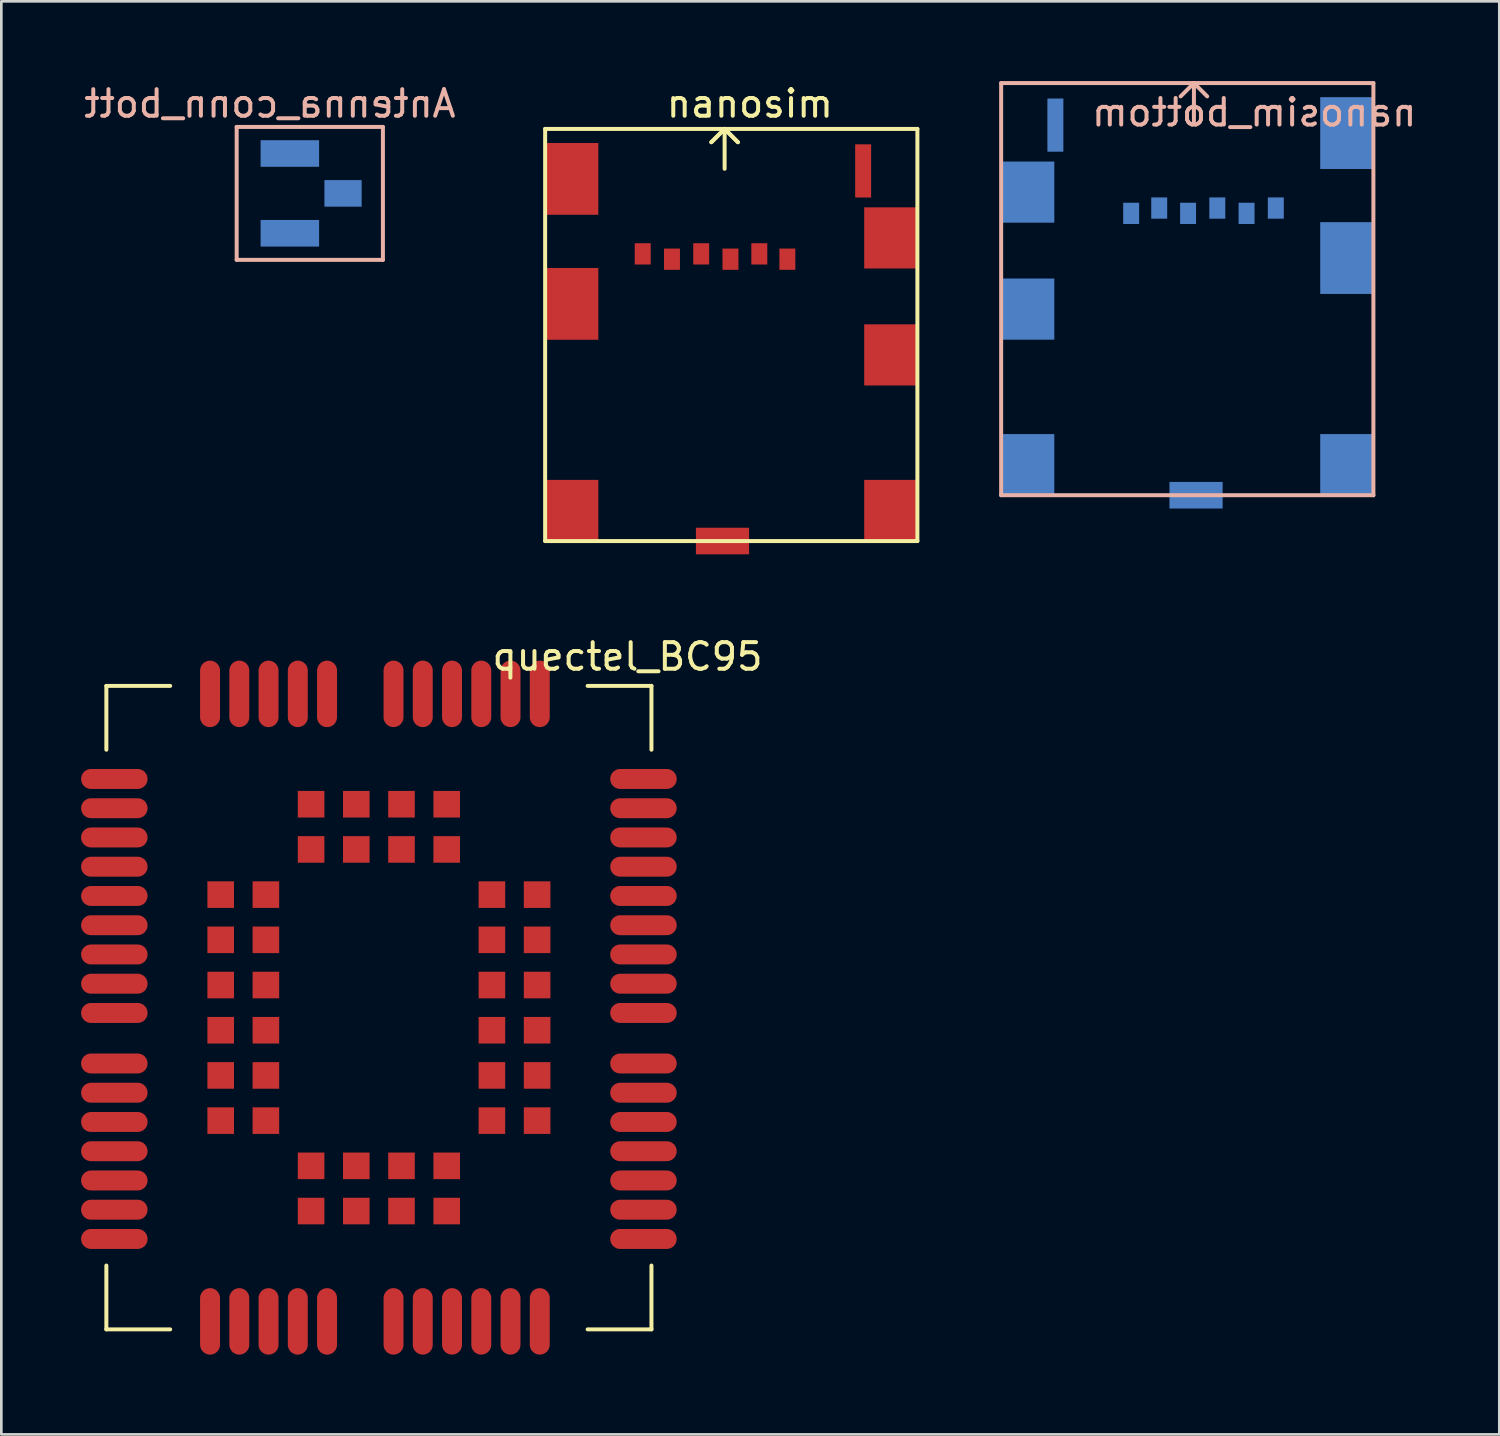
<source format=kicad_pcb>
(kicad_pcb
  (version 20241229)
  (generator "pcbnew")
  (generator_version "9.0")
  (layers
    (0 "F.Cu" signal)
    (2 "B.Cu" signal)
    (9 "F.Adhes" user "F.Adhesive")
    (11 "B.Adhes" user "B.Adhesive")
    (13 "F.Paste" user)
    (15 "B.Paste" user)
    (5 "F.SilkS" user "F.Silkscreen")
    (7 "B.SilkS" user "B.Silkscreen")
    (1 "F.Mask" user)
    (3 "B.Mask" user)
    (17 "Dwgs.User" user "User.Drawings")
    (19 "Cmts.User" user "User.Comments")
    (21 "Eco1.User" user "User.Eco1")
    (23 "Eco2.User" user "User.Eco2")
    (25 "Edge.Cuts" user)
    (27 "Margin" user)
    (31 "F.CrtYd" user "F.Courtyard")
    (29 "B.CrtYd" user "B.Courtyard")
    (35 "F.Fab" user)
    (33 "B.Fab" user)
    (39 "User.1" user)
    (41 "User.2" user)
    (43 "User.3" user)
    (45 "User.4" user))
  (footprint "Antenna_conn_bott"
    (layer "F.Cu")
    (at 7.851 4.223)
    (property "Reference" "Antenna_conn_bott" (at -0.75 -3.375 0) (layer "B.SilkS") (effects (font (size 1 1) (thickness 0.15)) (justify mirror)))
    (attr through_hole)
    (fp_line (start -2 -2.5) (end 3.5 -2.5) (stroke (width 0.15) (type solid)) (layer "B.SilkS"))
    (fp_line (start -2 2.5) (end -2 -2.5) (stroke (width 0.15) (type solid)) (layer "B.SilkS"))
    (fp_line (start 3.5 -2.5) (end 3.5 2.5) (stroke (width 0.15) (type solid)) (layer "B.SilkS"))
    (fp_line (start 3.5 2.5) (end -2 2.5) (stroke (width 0.15) (type solid)) (layer "B.SilkS"))
    (pad "1" smd rect (at 0 1.5) (size 2.2 1) (layers "B.Cu" "B.Mask" "B.Paste"))
    (pad "2" smd rect (at 2 0) (size 1.4 1) (layers "B.Cu" "B.Mask" "B.Paste"))
    (pad "3" smd rect (at 0 -1.5) (size 2.2 1) (layers "B.Cu" "B.Mask" "B.Paste")))
  (footprint "nanosim"
    (layer "F.Cu")
    (at 17.452 17.298)
    (property "Reference" "nanosim" (at 7.7 -16.45 0) (layer "F.SilkS") (effects (font (size 1 1) (thickness 0.15))))
    (attr through_hole)
    (fp_line (start 0 -15.5) (end 0 0) (stroke (width 0.15) (type solid)) (layer "F.SilkS"))
    (fp_line (start 0 0) (end 14 0) (stroke (width 0.15) (type solid)) (layer "F.SilkS"))
    (fp_line (start 6.25 -15) (end 6.75 -15.5) (stroke (width 0.15) (type solid)) (layer "F.SilkS"))
    (fp_line (start 6.75 -15.5) (end 6.25 -15) (stroke (width 0.15) (type solid)) (layer "F.SilkS"))
    (fp_line (start 6.75 -15.5) (end 6.75 -14) (stroke (width 0.15) (type solid)) (layer "F.SilkS"))
    (fp_line (start 6.75 -15.5) (end 7.25 -15) (stroke (width 0.15) (type solid)) (layer "F.SilkS"))
    (fp_line (start 7.25 -15) (end 6.75 -15.5) (stroke (width 0.15) (type solid)) (layer "F.SilkS"))
    (fp_line (start 14 -15.5) (end 0 -15.5) (stroke (width 0.15) (type solid)) (layer "F.SilkS"))
    (fp_line (start 14 0) (end 14 -15.5) (stroke (width 0.15) (type solid)) (layer "F.SilkS"))
    (pad "" smd rect (at 1 -13.62) (size 2 2.7) (layers "F.Cu" "F.Mask" "F.Paste"))
    (pad "" smd rect (at 1 -8.92) (size 2 2.7) (layers "F.Cu" "F.Mask" "F.Paste"))
    (pad "" smd rect (at 1 -1.15) (size 2 2.3) (layers "F.Cu" "F.Mask" "F.Paste"))
    (pad "" smd rect (at 6.67 0) (size 2 1) (layers "F.Cu" "F.Mask" "F.Paste"))
    (pad "" smd rect (at 11.96 -13.92) (size 0.6 2) (layers "F.Cu" "F.Mask" "F.Paste"))
    (pad "" smd rect (at 13 -11.4) (size 2 2.3) (layers "F.Cu" "F.Mask" "F.Paste"))
    (pad "" smd rect (at 13 -7) (size 2 2.3) (layers "F.Cu" "F.Mask" "F.Paste"))
    (pad "" smd rect (at 13 -1.15) (size 2 2.3) (layers "F.Cu" "F.Mask" "F.Paste"))
    (pad "1" smd rect (at 9.11 -10.6) (size 0.6 0.8) (layers "F.Cu" "F.Mask" "F.Paste"))
    (pad "2" smd rect (at 6.97 -10.6) (size 0.6 0.8) (layers "F.Cu" "F.Mask" "F.Paste"))
    (pad "3" smd rect (at 4.77 -10.6) (size 0.6 0.8) (layers "F.Cu" "F.Mask" "F.Paste"))
    (pad "5" smd rect (at 8.055 -10.8) (size 0.6 0.8) (layers "F.Cu" "F.Mask" "F.Paste"))
    (pad "6" smd rect (at 5.87 -10.8) (size 0.6 0.8) (layers "F.Cu" "F.Mask" "F.Paste"))
    (pad "7" smd rect (at 3.67 -10.8) (size 0.6 0.8) (layers "F.Cu" "F.Mask" "F.Paste")))
  (footprint "quectel_BC95"
    (layer "F.Cu")
    (at 11.4 35.246)
    (property "Reference" "quectel_BC95" (at 9.15 -13.6 0) (layer "F.SilkS") (effects (font (size 1 1) (thickness 0.15))))
    (attr through_hole)
    (fp_line (start -10.45 -12.5) (end -8.05 -12.5) (stroke (width 0.15) (type solid)) (layer "F.SilkS"))
    (fp_line (start -10.45 -10.1) (end -10.45 -12.5) (stroke (width 0.15) (type solid)) (layer "F.SilkS"))
    (fp_line (start -10.45 9.3) (end -10.45 11.7) (stroke (width 0.15) (type solid)) (layer "F.SilkS"))
    (fp_line (start -10.45 11.7) (end -8.05 11.7) (stroke (width 0.15) (type solid)) (layer "F.SilkS"))
    (fp_line (start 7.65 -12.5) (end 10.05 -12.5) (stroke (width 0.15) (type solid)) (layer "F.SilkS"))
    (fp_line (start 7.65 11.7) (end 10.05 11.7) (stroke (width 0.15) (type solid)) (layer "F.SilkS"))
    (fp_line (start 10.05 -12.5) (end 10.05 -10.1) (stroke (width 0.15) (type solid)) (layer "F.SilkS"))
    (fp_line (start 10.05 11.7) (end 10.05 9.3) (stroke (width 0.15) (type solid)) (layer "F.SilkS"))
    (pad "1" smd oval (at -10.15 -9) (size 2.5 0.75) (layers "F.Cu" "F.Mask" "F.Paste"))
    (pad "2" smd oval (at -10.15 -7.9) (size 2.5 0.75) (layers "F.Cu" "F.Mask" "F.Paste"))
    (pad "3" smd oval (at -10.15 -6.8) (size 2.5 0.75) (layers "F.Cu" "F.Mask" "F.Paste"))
    (pad "4" smd oval (at -10.15 -5.7) (size 2.5 0.75) (layers "F.Cu" "F.Mask" "F.Paste"))
    (pad "5" smd oval (at -10.15 -4.6) (size 2.5 0.75) (layers "F.Cu" "F.Mask" "F.Paste"))
    (pad "6" smd oval (at -10.15 -3.5) (size 2.5 0.75) (layers "F.Cu" "F.Mask" "F.Paste"))
    (pad "7" smd oval (at -10.15 -2.4) (size 2.5 0.75) (layers "F.Cu" "F.Mask" "F.Paste"))
    (pad "8" smd oval (at -10.15 -1.3) (size 2.5 0.75) (layers "F.Cu" "F.Mask" "F.Paste"))
    (pad "9" smd oval (at -10.15 -0.2) (size 2.5 0.75) (layers "F.Cu" "F.Mask" "F.Paste"))
    (pad "10" smd oval (at -10.15 1.7) (size 2.5 0.75) (layers "F.Cu" "F.Mask" "F.Paste"))
    (pad "11" smd oval (at -10.15 2.8) (size 2.5 0.75) (layers "F.Cu" "F.Mask" "F.Paste"))
    (pad "12" smd oval (at -10.15 3.9) (size 2.5 0.75) (layers "F.Cu" "F.Mask" "F.Paste"))
    (pad "13" smd oval (at -10.15 5) (size 2.5 0.75) (layers "F.Cu" "F.Mask" "F.Paste"))
    (pad "14" smd oval (at -10.15 6.1) (size 2.5 0.75) (layers "F.Cu" "F.Mask" "F.Paste"))
    (pad "15" smd oval (at -10.15 7.2) (size 2.5 0.75) (layers "F.Cu" "F.Mask" "F.Paste"))
    (pad "16" smd oval (at -10.15 8.3) (size 2.5 0.75) (layers "F.Cu" "F.Mask" "F.Paste"))
    (pad "17" smd oval (at -6.55 11.4) (size 0.75 2.5) (layers "F.Cu" "F.Mask" "F.Paste"))
    (pad "18" smd oval (at -5.45 11.4) (size 0.75 2.5) (layers "F.Cu" "F.Mask" "F.Paste"))
    (pad "19" smd oval (at -4.35 11.4) (size 0.75 2.5) (layers "F.Cu" "F.Mask" "F.Paste"))
    (pad "20" smd oval (at -3.25 11.4) (size 0.75 2.5) (layers "F.Cu" "F.Mask" "F.Paste"))
    (pad "21" smd oval (at -2.15 11.4) (size 0.75 2.5) (layers "F.Cu" "F.Mask" "F.Paste"))
    (pad "22" smd oval (at 0.35 11.4) (size 0.75 2.5) (layers "F.Cu" "F.Mask" "F.Paste"))
    (pad "23" smd oval (at 1.45 11.4) (size 0.75 2.5) (layers "F.Cu" "F.Mask" "F.Paste"))
    (pad "24" smd oval (at 2.55 11.4) (size 0.75 2.5) (layers "F.Cu" "F.Mask" "F.Paste"))
    (pad "25" smd oval (at 3.65 11.4) (size 0.75 2.5) (layers "F.Cu" "F.Mask" "F.Paste"))
    (pad "26" smd oval (at 4.75 11.4) (size 0.75 2.5) (layers "F.Cu" "F.Mask" "F.Paste"))
    (pad "27" smd oval (at 5.85 11.4) (size 0.75 2.5) (layers "F.Cu" "F.Mask" "F.Paste"))
    (pad "28" smd oval (at 9.75 8.3) (size 2.5 0.75) (layers "F.Cu" "F.Mask" "F.Paste"))
    (pad "29" smd oval (at 9.75 7.2) (size 2.5 0.75) (layers "F.Cu" "F.Mask" "F.Paste"))
    (pad "30" smd oval (at 9.75 6.1) (size 2.5 0.75) (layers "F.Cu" "F.Mask" "F.Paste"))
    (pad "31" smd oval (at 9.75 5) (size 2.5 0.75) (layers "F.Cu" "F.Mask" "F.Paste"))
    (pad "32" smd oval (at 9.75 3.9) (size 2.5 0.75) (layers "F.Cu" "F.Mask" "F.Paste"))
    (pad "33" smd oval (at 9.75 2.8) (size 2.5 0.75) (layers "F.Cu" "F.Mask" "F.Paste"))
    (pad "34" smd oval (at 9.75 1.7) (size 2.5 0.75) (layers "F.Cu" "F.Mask" "F.Paste"))
    (pad "35" smd oval (at 9.75 -0.2) (size 2.5 0.75) (layers "F.Cu" "F.Mask" "F.Paste"))
    (pad "36" smd oval (at 9.75 -1.3) (size 2.5 0.75) (layers "F.Cu" "F.Mask" "F.Paste"))
    (pad "37" smd oval (at 9.75 -2.4) (size 2.5 0.75) (layers "F.Cu" "F.Mask" "F.Paste"))
    (pad "38" smd oval (at 9.75 -3.5) (size 2.5 0.75) (layers "F.Cu" "F.Mask" "F.Paste"))
    (pad "39" smd oval (at 9.75 -4.6) (size 2.5 0.75) (layers "F.Cu" "F.Mask" "F.Paste"))
    (pad "40" smd oval (at 9.75 -5.7) (size 2.5 0.75) (layers "F.Cu" "F.Mask" "F.Paste"))
    (pad "41" smd oval (at 9.75 -6.8) (size 2.5 0.75) (layers "F.Cu" "F.Mask" "F.Paste"))
    (pad "42" smd oval (at 9.75 -7.9) (size 2.5 0.75) (layers "F.Cu" "F.Mask" "F.Paste"))
    (pad "43" smd oval (at 9.75 -9) (size 2.5 0.75) (layers "F.Cu" "F.Mask" "F.Paste"))
    (pad "44" smd oval (at 5.85 -12.2) (size 0.75 2.5) (layers "F.Cu" "F.Mask" "F.Paste"))
    (pad "45" smd oval (at 4.75 -12.2) (size 0.75 2.5) (layers "F.Cu" "F.Mask" "F.Paste"))
    (pad "46" smd oval (at 3.65 -12.2) (size 0.75 2.5) (layers "F.Cu" "F.Mask" "F.Paste"))
    (pad "47" smd oval (at 2.55 -12.2) (size 0.75 2.5) (layers "F.Cu" "F.Mask" "F.Paste"))
    (pad "48" smd oval (at 1.45 -12.2) (size 0.75 2.5) (layers "F.Cu" "F.Mask" "F.Paste"))
    (pad "49" smd oval (at 0.35 -12.2) (size 0.75 2.5) (layers "F.Cu" "F.Mask" "F.Paste"))
    (pad "50" smd oval (at -2.15 -12.2) (size 0.75 2.5) (layers "F.Cu" "F.Mask" "F.Paste"))
    (pad "51" smd oval (at -3.25 -12.2) (size 0.75 2.5) (layers "F.Cu" "F.Mask" "F.Paste"))
    (pad "52" smd oval (at -4.35 -12.2) (size 0.75 2.5) (layers "F.Cu" "F.Mask" "F.Paste"))
    (pad "53" smd oval (at -5.45 -12.2) (size 0.75 2.5) (layers "F.Cu" "F.Mask" "F.Paste"))
    (pad "54" smd oval (at -6.55 -12.2) (size 0.75 2.5) (layers "F.Cu" "F.Mask" "F.Paste"))
    (pad "55" smd rect (at -6.15 -4.65) (size 1 1) (layers "F.Cu" "F.Mask" "F.Paste"))
    (pad "56" smd rect (at -6.15 -2.95) (size 1 1) (layers "F.Cu" "F.Mask" "F.Paste"))
    (pad "57" smd rect (at -6.15 -1.25) (size 1 1) (layers "F.Cu" "F.Mask" "F.Paste"))
    (pad "58" smd rect (at -6.15 0.45) (size 1 1) (layers "F.Cu" "F.Mask" "F.Paste"))
    (pad "59" smd rect (at -6.15 2.15) (size 1 1) (layers "F.Cu" "F.Mask" "F.Paste"))
    (pad "60" smd rect (at -6.15 3.85) (size 1 1) (layers "F.Cu" "F.Mask" "F.Paste"))
    (pad "61" smd rect (at -2.75 7.25) (size 1 1) (layers "F.Cu" "F.Mask" "F.Paste"))
    (pad "62" smd rect (at -1.05 7.25) (size 1 1) (layers "F.Cu" "F.Mask" "F.Paste"))
    (pad "63" smd rect (at 0.65 7.25) (size 1 1) (layers "F.Cu" "F.Mask" "F.Paste"))
    (pad "64" smd rect (at 2.35 7.25) (size 1 1) (layers "F.Cu" "F.Mask" "F.Paste"))
    (pad "65" smd rect (at 5.75 3.85) (size 1 1) (layers "F.Cu" "F.Mask" "F.Paste"))
    (pad "66" smd rect (at 5.75 2.15) (size 1 1) (layers "F.Cu" "F.Mask" "F.Paste"))
    (pad "67" smd rect (at 5.75 0.45) (size 1 1) (layers "F.Cu" "F.Mask" "F.Paste"))
    (pad "68" smd rect (at 5.75 -1.25) (size 1 1) (layers "F.Cu" "F.Mask" "F.Paste"))
    (pad "69" smd rect (at 5.75 -2.95) (size 1 1) (layers "F.Cu" "F.Mask" "F.Paste"))
    (pad "70" smd rect (at 5.75 -4.65) (size 1 1) (layers "F.Cu" "F.Mask" "F.Paste"))
    (pad "71" smd rect (at 2.35 -8.05) (size 1 1) (layers "F.Cu" "F.Mask" "F.Paste"))
    (pad "72" smd rect (at 0.65 -8.05) (size 1 1) (layers "F.Cu" "F.Mask" "F.Paste"))
    (pad "73" smd rect (at -1.05 -8.05) (size 1 1) (layers "F.Cu" "F.Mask" "F.Paste"))
    (pad "74" smd rect (at -2.75 -8.05) (size 1 1) (layers "F.Cu" "F.Mask" "F.Paste"))
    (pad "75" smd rect (at -4.45 -4.65) (size 1 1) (layers "F.Cu" "F.Mask" "F.Paste"))
    (pad "76" smd rect (at -4.45 -2.95) (size 1 1) (layers "F.Cu" "F.Mask" "F.Paste"))
    (pad "77" smd rect (at -4.45 -1.25) (size 1 1) (layers "F.Cu" "F.Mask" "F.Paste"))
    (pad "78" smd rect (at -4.45 0.45) (size 1 1) (layers "F.Cu" "F.Mask" "F.Paste"))
    (pad "79" smd rect (at -4.45 2.15) (size 1 1) (layers "F.Cu" "F.Mask" "F.Paste"))
    (pad "80" smd rect (at -4.45 3.85) (size 1 1) (layers "F.Cu" "F.Mask" "F.Paste"))
    (pad "81" smd rect (at -2.75 5.55) (size 1 1) (layers "F.Cu" "F.Mask" "F.Paste"))
    (pad "82" smd rect (at -1.05 5.55) (size 1 1) (layers "F.Cu" "F.Mask" "F.Paste"))
    (pad "83" smd rect (at 0.65 5.55) (size 1 1) (layers "F.Cu" "F.Mask" "F.Paste"))
    (pad "84" smd rect (at 2.35 5.55) (size 1 1) (layers "F.Cu" "F.Mask" "F.Paste"))
    (pad "85" smd rect (at 4.05 3.85) (size 1 1) (layers "F.Cu" "F.Mask" "F.Paste"))
    (pad "86" smd rect (at 4.05 2.15) (size 1 1) (layers "F.Cu" "F.Mask" "F.Paste"))
    (pad "87" smd rect (at 4.05 0.45) (size 1 1) (layers "F.Cu" "F.Mask" "F.Paste"))
    (pad "88" smd rect (at 4.05 -1.25) (size 1 1) (layers "F.Cu" "F.Mask" "F.Paste"))
    (pad "89" smd rect (at 4.05 -2.95) (size 1 1) (layers "F.Cu" "F.Mask" "F.Paste"))
    (pad "90" smd rect (at 4.05 -4.65) (size 1 1) (layers "F.Cu" "F.Mask" "F.Paste"))
    (pad "91" smd rect (at 2.35 -6.35) (size 1 1) (layers "F.Cu" "F.Mask" "F.Paste"))
    (pad "92" smd rect (at 0.65 -6.35) (size 1 1) (layers "F.Cu" "F.Mask" "F.Paste"))
    (pad "93" smd rect (at -1.05 -6.35) (size 1 1) (layers "F.Cu" "F.Mask" "F.Paste"))
    (pad "94" smd rect (at -2.75 -6.35) (size 1 1) (layers "F.Cu" "F.Mask" "F.Paste")))
  (footprint "nanosim_bottom"
    (layer "F.Cu")
    (at 41.602 9.575)
    (property "Reference" "nanosim_bottom" (at 2.515 -8.395 0) (layer "B.SilkS") (effects (font (size 1 1) (thickness 0.15)) (justify mirror)))
    (attr through_hole)
    (fp_line (start -7 -9.5) (end 7 -9.5) (stroke (width 0.15) (type solid)) (layer "B.SilkS"))
    (fp_line (start -7 6) (end -7 -9.5) (stroke (width 0.15) (type solid)) (layer "B.SilkS"))
    (fp_line (start -0.25 -9) (end 0.25 -9.5) (stroke (width 0.15) (type solid)) (layer "B.SilkS"))
    (fp_line (start 0.25 -9.5) (end 0.25 -8) (stroke (width 0.15) (type solid)) (layer "B.SilkS"))
    (fp_line (start 0.75 -9) (end 0.25 -9.5) (stroke (width 0.15) (type solid)) (layer "B.SilkS"))
    (fp_line (start 7 -9.5) (end 7 6) (stroke (width 0.15) (type solid)) (layer "B.SilkS"))
    (fp_line (start 7 6) (end -7 6) (stroke (width 0.15) (type solid)) (layer "B.SilkS"))
    (pad "" smd rect (at -6 -5.4) (size 2 2.3) (layers "B.Cu" "B.Mask" "B.Paste"))
    (pad "" smd rect (at -6 -1) (size 2 2.3) (layers "B.Cu" "B.Mask" "B.Paste"))
    (pad "" smd rect (at -6 4.85) (size 2 2.3) (layers "B.Cu" "B.Mask" "B.Paste"))
    (pad "" smd rect (at -4.96 -7.92) (size 0.6 2) (layers "B.Cu" "B.Mask" "B.Paste"))
    (pad "" smd rect (at 0.33 6) (size 2 1) (layers "B.Cu" "B.Mask" "B.Paste"))
    (pad "" smd rect (at 6 -7.62) (size 2 2.7) (layers "B.Cu" "B.Mask" "B.Paste"))
    (pad "" smd rect (at 6 -2.92) (size 2 2.7) (layers "B.Cu" "B.Mask" "B.Paste"))
    (pad "" smd rect (at 6 4.85) (size 2 2.3) (layers "B.Cu" "B.Mask" "B.Paste"))
    (pad "1" smd rect (at -2.11 -4.6) (size 0.6 0.8) (layers "B.Cu" "B.Mask" "B.Paste"))
    (pad "2" smd rect (at -1.055 -4.8) (size 0.6 0.8) (layers "B.Cu" "B.Mask" "B.Paste"))
    (pad "3" smd rect (at 0.03 -4.6) (size 0.6 0.8) (layers "B.Cu" "B.Mask" "B.Paste"))
    (pad "4" smd rect (at 1.13 -4.8) (size 0.6 0.8) (layers "B.Cu" "B.Mask" "B.Paste"))
    (pad "5" smd rect (at 2.23 -4.6) (size 0.6 0.8) (layers "B.Cu" "B.Mask" "B.Paste"))
    (pad "6" smd rect (at 3.33 -4.8) (size 0.6 0.8) (layers "B.Cu" "B.Mask" "B.Paste")))
  (gr_rect
    (start -3 -3)
    (end 53.337 50.897)
    (stroke (width 0.1) (type default))
    (fill no)
    (layer "Edge.Cuts")))
</source>
